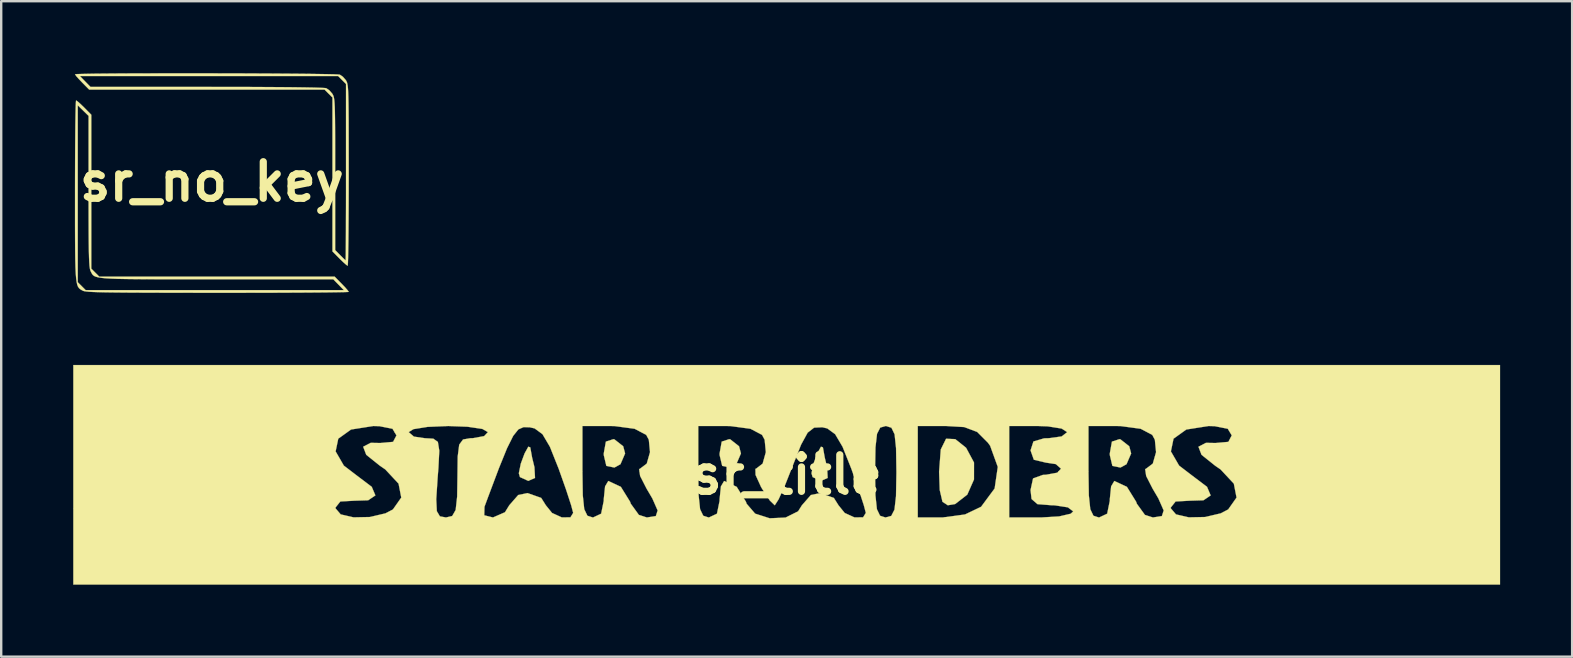
<source format=kicad_pcb>
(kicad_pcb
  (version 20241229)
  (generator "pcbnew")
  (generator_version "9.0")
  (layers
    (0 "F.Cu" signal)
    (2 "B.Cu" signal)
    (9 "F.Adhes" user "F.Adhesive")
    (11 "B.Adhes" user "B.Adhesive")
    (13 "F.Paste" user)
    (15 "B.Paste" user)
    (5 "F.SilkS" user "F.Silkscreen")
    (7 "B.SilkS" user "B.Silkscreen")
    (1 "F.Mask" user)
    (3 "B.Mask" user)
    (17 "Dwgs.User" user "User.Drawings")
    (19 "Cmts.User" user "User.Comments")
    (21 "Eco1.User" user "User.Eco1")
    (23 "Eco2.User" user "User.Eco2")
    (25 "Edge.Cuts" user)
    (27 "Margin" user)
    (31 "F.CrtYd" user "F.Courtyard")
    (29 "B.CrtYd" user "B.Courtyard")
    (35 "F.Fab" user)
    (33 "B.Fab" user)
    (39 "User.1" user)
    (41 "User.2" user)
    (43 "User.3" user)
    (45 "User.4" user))
  (footprint "sr_no_key"
    (layer "F.Cu")
    (at 5.777 4.521)
    (property "Reference" "sr_no_key" (at 0 0 0) (layer "F.SilkS") (effects (font (size 1.524 1.524) (thickness 0.3))))
    (attr through_hole)
    (fp_poly (pts (xy -5.598 -3.349) (xy -5.485 -3.25) (xy -5.339 -3.11) (xy -5.318 -3.089) (xy -5.024 -2.79) (xy -5.024 3.621) (xy -4.694 3.951) (xy 5.112 3.951) (xy 5.406 4.249) (xy 5.549 4.398) (xy 5.653 4.518) (xy 5.7 4.584) (xy 5.701 4.588) (xy 5.646 4.594) (xy 5.485 4.599) (xy 5.227 4.604) (xy 4.88 4.609) (xy 4.45 4.613) (xy 3.945 4.617) (xy 3.374 4.62) (xy 2.744 4.623) (xy 2.062 4.625) (xy 1.337 4.626) (xy 0.575 4.626) (xy 0.24 4.626) (xy -0.681 4.626) (xy -1.496 4.625) (xy -2.21 4.623) (xy -2.832 4.621) (xy -3.367 4.619) (xy -3.821 4.615) (xy -4.203 4.611) (xy -4.517 4.606) (xy -4.77 4.599) (xy -4.97 4.592) (xy -5.122 4.583) (xy -5.233 4.572) (xy -5.31 4.561) (xy -5.359 4.547) (xy -5.376 4.54) (xy -5.438 4.506) (xy -5.492 4.473) (xy -5.538 4.43) (xy -5.577 4.372) (xy -5.609 4.29) (xy -5.632 4.186) (xy -5.588 4.186) (xy -5.258 4.516) (xy 5.498 4.516) (xy 5.278 4.29) (xy 5.057 4.064) (xy 0.212 4.064) (xy -0.662 4.064) (xy -1.429 4.064) (xy -2.098 4.063) (xy -2.674 4.062) (xy -3.167 4.058) (xy -3.581 4.053) (xy -3.926 4.046) (xy -4.206 4.035) (xy -4.431 4.022) (xy -4.606 4.004) (xy -4.739 3.982) (xy -4.837 3.956) (xy -4.906 3.925) (xy -4.955 3.888) (xy -4.989 3.844) (xy -5.017 3.795) (xy -5.045 3.738) (xy -5.051 3.727) (xy -5.07 3.678) (xy -5.085 3.604) (xy -5.099 3.496) (xy -5.109 3.345) (xy -5.118 3.142) (xy -5.125 2.878) (xy -5.13 2.545) (xy -5.133 2.134) (xy -5.135 1.635) (xy -5.136 1.04) (xy -5.136 0.409) (xy -5.136 -2.743) (xy -5.588 -3.184) (xy -5.588 4.186) (xy -5.632 4.186) (xy -5.635 4.174) (xy -5.655 4.019) (xy -5.671 3.815) (xy -5.683 3.554) (xy -5.691 3.229) (xy -5.696 2.831) (xy -5.699 2.352) (xy -5.701 1.784) (xy -5.701 1.119) (xy -5.701 0.37) (xy -5.7 -0.27) (xy -5.698 -0.876) (xy -5.695 -1.437) (xy -5.691 -1.946) (xy -5.687 -2.393) (xy -5.681 -2.769) (xy -5.675 -3.063) (xy -5.668 -3.268) (xy -5.66 -3.374) (xy -5.657 -3.387) (xy -5.598 -3.349)) (stroke (width 0.01) (type solid)) (fill yes) (layer "F.SilkS"))
    (fp_poly (pts (xy -0.258 -4.516) (xy 0.424 -4.514) (xy 1.098 -4.513) (xy 1.754 -4.51) (xy 2.384 -4.507) (xy 2.977 -4.503) (xy 3.525 -4.499) (xy 4.017 -4.494) (xy 4.445 -4.488) (xy 4.8 -4.482) (xy 5.072 -4.476) (xy 5.252 -4.468) (xy 5.33 -4.461) (xy 5.33 -4.461) (xy 5.457 -4.375) (xy 5.575 -4.24) (xy 5.588 -4.221) (xy 5.61 -4.181) (xy 5.629 -4.136) (xy 5.645 -4.076) (xy 5.659 -3.993) (xy 5.67 -3.879) (xy 5.679 -3.726) (xy 5.686 -3.524) (xy 5.691 -3.266) (xy 5.695 -2.944) (xy 5.698 -2.548) (xy 5.699 -2.072) (xy 5.7 -1.505) (xy 5.701 -0.84) (xy 5.701 -0.268) (xy 5.7 0.373) (xy 5.698 0.979) (xy 5.695 1.542) (xy 5.691 2.052) (xy 5.687 2.5) (xy 5.681 2.877) (xy 5.675 3.173) (xy 5.668 3.379) (xy 5.66 3.486) (xy 5.657 3.5) (xy 5.598 3.462) (xy 5.485 3.363) (xy 5.339 3.223) (xy 5.318 3.201) (xy 5.024 2.903) (xy 5.024 -3.508) (xy 4.859 -3.673) (xy 4.694 -3.838) (xy -5.112 -3.838) (xy -5.406 -4.136) (xy -5.549 -4.286) (xy -5.651 -4.403) (xy -5.498 -4.403) (xy -5.278 -4.177) (xy -5.057 -3.951) (xy -0.218 -3.951) (xy 0.669 -3.95) (xy 1.482 -3.949) (xy 2.215 -3.945) (xy 2.865 -3.941) (xy 3.427 -3.936) (xy 3.897 -3.929) (xy 4.271 -3.922) (xy 4.544 -3.913) (xy 4.711 -3.904) (xy 4.766 -3.896) (xy 4.892 -3.811) (xy 5.011 -3.675) (xy 5.023 -3.656) (xy 5.047 -3.613) (xy 5.068 -3.564) (xy 5.085 -3.498) (xy 5.099 -3.408) (xy 5.11 -3.284) (xy 5.119 -3.116) (xy 5.125 -2.895) (xy 5.13 -2.613) (xy 5.133 -2.26) (xy 5.135 -1.826) (xy 5.136 -1.302) (xy 5.136 -0.68) (xy 5.136 -0.313) (xy 5.136 2.846) (xy 5.345 3.06) (xy 5.465 3.179) (xy 5.548 3.257) (xy 5.571 3.274) (xy 5.574 3.219) (xy 5.577 3.06) (xy 5.579 2.808) (xy 5.582 2.471) (xy 5.584 2.058) (xy 5.585 1.579) (xy 5.587 1.044) (xy 5.588 0.461) (xy 5.588 -0.16) (xy 5.588 -0.399) (xy 5.588 -4.073) (xy 5.423 -4.238) (xy 5.258 -4.403) (xy -5.498 -4.403) (xy -5.651 -4.403) (xy -5.653 -4.405) (xy -5.7 -4.471) (xy -5.701 -4.475) (xy -5.646 -4.483) (xy -5.488 -4.489) (xy -5.235 -4.495) (xy -4.897 -4.501) (xy -4.484 -4.505) (xy -4.005 -4.509) (xy -3.468 -4.512) (xy -2.884 -4.514) (xy -2.262 -4.515) (xy -1.61 -4.516) (xy -0.939 -4.516) (xy -0.258 -4.516)) (stroke (width 0.01) (type solid)) (fill yes) (layer "F.SilkS")))
  (footprint "sr_title"
    (layer "F.Cu")
    (at 29.723 16.73)
    (property "Reference" "sr_title" (at 0 0 0) (layer "F.SilkS") (effects (font (size 1.524 1.524) (thickness 0.3))))
    (attr through_hole)
    (fp_poly (pts (xy -10.682 -1.143) (xy -10.604 -0.711) (xy -10.508 -0.318) (xy -10.484 0.132) (xy -10.765 0.254) (xy -11.112 0.095) (xy -11.158 -0.064) (xy -11.077 -0.462) (xy -10.919 -0.888) (xy -10.763 -1.171) (xy -10.682 -1.143)) (stroke (width 0.01) (type solid)) (fill yes) (layer "F.SilkS"))
    (fp_poly (pts (xy -7.176 -1.476) (xy -6.81 -1.188) (xy -6.731 -0.889) (xy -6.924 -0.44) (xy -7.176 -0.302) (xy -7.512 -0.37) (xy -7.619 -0.82) (xy -7.62 -0.889) (xy -7.532 -1.382) (xy -7.222 -1.483) (xy -7.176 -1.476)) (stroke (width 0.01) (type solid)) (fill yes) (layer "F.SilkS"))
    (fp_poly (pts (xy -2.349 -1.476) (xy -1.984 -1.188) (xy -1.905 -0.889) (xy -2.098 -0.44) (xy -2.349 -0.302) (xy -2.686 -0.37) (xy -2.793 -0.82) (xy -2.794 -0.889) (xy -2.706 -1.382) (xy -2.396 -1.483) (xy -2.349 -1.476)) (stroke (width 0.01) (type solid)) (fill yes) (layer "F.SilkS"))
    (fp_poly (pts (xy 1.51 -1.143) (xy 1.588 -0.711) (xy 1.684 -0.318) (xy 1.708 0.132) (xy 1.427 0.254) (xy 1.08 0.095) (xy 1.034 -0.064) (xy 1.115 -0.462) (xy 1.273 -0.888) (xy 1.429 -1.171) (xy 1.51 -1.143)) (stroke (width 0.01) (type solid)) (fill yes) (layer "F.SilkS"))
    (fp_poly (pts (xy 13.906 -1.476) (xy 14.272 -1.188) (xy 14.351 -0.889) (xy 14.158 -0.44) (xy 13.906 -0.302) (xy 13.57 -0.37) (xy 13.463 -0.82) (xy 13.462 -0.889) (xy 13.55 -1.382) (xy 13.86 -1.483) (xy 13.906 -1.476)) (stroke (width 0.01) (type solid)) (fill yes) (layer "F.SilkS"))
    (fp_poly (pts (xy 7.024 -1.485) (xy 7.475 -1.125) (xy 7.805 -0.511) (xy 7.804 0.195) (xy 7.525 0.826) (xy 7.021 1.217) (xy 6.713 1.27) (xy 6.491 1.125) (xy 6.377 0.635) (xy 6.35 -0.127) (xy 6.42 -1.053) (xy 6.641 -1.502) (xy 7.024 -1.485)) (stroke (width 0.01) (type solid)) (fill yes) (layer "F.SilkS"))
    (fp_poly (pts (xy 29.718 4.572) (xy -29.718 4.572) (xy -29.718 1.396) (xy -18.796 1.396) (xy -18.579 1.65) (xy -18.044 1.773) (xy -17.364 1.759) (xy -16.713 1.606) (xy -16.404 1.444) (xy -16.056 0.949) (xy -16.169 0.369) (xy -16.721 -0.223) (xy -16.947 -0.378) (xy -17.515 -0.833) (xy -17.643 -1.168) (xy -17.331 -1.331) (xy -16.928 -1.324) (xy -16.397 -1.372) (xy -16.256 -1.641) (xy -16.338 -1.778) (xy -15.748 -1.778) (xy -15.53 -1.591) (xy -15.078 -1.524) (xy -14.72 -1.504) (xy -14.531 -1.37) (xy -14.472 -1.005) (xy -14.508 -0.296) (xy -14.541 0.127) (xy -14.599 1.017) (xy -14.575 1.515) (xy -14.447 1.731) (xy -14.195 1.778) (xy -13.935 1.718) (xy -13.917 1.687) (xy -12.599 1.687) (xy -12.236 1.778) (xy -11.736 1.56) (xy -11.557 1.27) (xy -11.184 0.843) (xy -10.795 0.762) (xy -10.226 0.963) (xy -10.033 1.27) (xy -9.774 1.59) (xy -9.366 1.776) (xy -9.008 1.771) (xy -8.894 1.587) (xy -8.978 1.269) (xy -9.192 0.614) (xy -9.492 -0.235) (xy -9.499 -0.254) (xy -9.864 -1.168) (xy -10.174 -1.693) (xy -10.502 -1.933) (xy -10.702 -1.978) (xy -10.96 -1.986) (xy -11.177 -1.891) (xy -11.393 -1.621) (xy -11.65 -1.106) (xy -11.988 -0.274) (xy -12.447 0.946) (xy -12.59 1.333) (xy -12.599 1.687) (xy -13.917 1.687) (xy -13.79 1.465) (xy -13.728 0.908) (xy -13.716 0.127) (xy -13.705 -0.761) (xy -13.642 -1.255) (xy -13.483 -1.471) (xy -13.185 -1.523) (xy -13.081 -1.524) (xy -12.604 -1.611) (xy -12.446 -1.778) (xy -12.679 -1.911) (xy -13.297 -2.002) (xy -14.097 -2.032) (xy -8.509 -2.032) (xy -8.509 -0.127) (xy -8.494 0.856) (xy -8.433 1.433) (xy -8.302 1.706) (xy -8.078 1.778) (xy -8.065 1.778) (xy -7.73 1.621) (xy -7.621 1.088) (xy -7.62 1.016) (xy -7.565 0.482) (xy -7.432 0.258) (xy -7.429 0.258) (xy -6.908 0.501) (xy -6.522 1.124) (xy -6.494 1.206) (xy -6.157 1.671) (xy -5.825 1.778) (xy -5.451 1.72) (xy -5.375 1.486) (xy -5.597 0.983) (xy -5.839 0.572) (xy -6.105 0.05) (xy -6.147 -0.236) (xy -6.109 -0.254) (xy -5.829 -0.465) (xy -5.693 -0.943) (xy -5.743 -1.46) (xy -5.852 -1.663) (xy -6.335 -1.917) (xy -7.168 -2.029) (xy -7.334 -2.032) (xy -3.683 -2.032) (xy -3.683 -0.127) (xy -3.668 0.856) (xy -3.607 1.433) (xy -3.476 1.706) (xy -3.252 1.778) (xy -3.239 1.778) (xy -2.904 1.621) (xy -2.795 1.088) (xy -2.794 1.016) (xy -2.739 0.482) (xy -2.606 0.258) (xy -2.603 0.258) (xy -2.082 0.501) (xy -1.696 1.124) (xy -1.668 1.206) (xy -1.314 1.618) (xy -0.708 1.812) (xy -0.046 1.782) (xy 0.476 1.522) (xy 0.635 1.27) (xy 1.008 0.843) (xy 1.397 0.762) (xy 1.966 0.963) (xy 2.159 1.27) (xy 2.418 1.59) (xy 2.826 1.776) (xy 3.184 1.771) (xy 3.298 1.587) (xy 3.214 1.269) (xy 3 0.614) (xy 2.738 -0.127) (xy 3.683 -0.127) (xy 3.698 0.856) (xy 3.759 1.433) (xy 3.89 1.706) (xy 4.114 1.778) (xy 4.128 1.778) (xy 4.357 1.713) (xy 4.491 1.452) (xy 4.555 0.891) (xy 4.572 -0.071) (xy 4.572 -0.127) (xy 4.557 -1.11) (xy 4.496 -1.687) (xy 4.365 -1.96) (xy 4.141 -2.032) (xy 4.128 -2.032) (xy 5.461 -2.032) (xy 5.461 1.778) (xy 6.512 1.778) (xy 7.431 1.652) (xy 8.099 1.333) (xy 8.664 0.57) (xy 8.795 -0.329) (xy 8.476 -1.21) (xy 8.383 -1.338) (xy 7.937 -1.785) (xy 7.397 -1.988) (xy 6.649 -2.032) (xy 9.271 -2.032) (xy 9.271 1.778) (xy 10.604 1.778) (xy 11.35 1.734) (xy 11.834 1.622) (xy 11.938 1.524) (xy 11.715 1.356) (xy 11.166 1.272) (xy 11.049 1.27) (xy 10.448 1.223) (xy 10.202 1.009) (xy 10.16 0.635) (xy 10.265 0.152) (xy 10.678 0.003) (xy 10.795 0) (xy 11.272 -0.087) (xy 11.43 -0.254) (xy 11.213 -0.445) (xy 10.795 -0.508) (xy 10.297 -0.627) (xy 10.16 -1.016) (xy 10.28 -1.388) (xy 10.725 -1.519) (xy 10.922 -1.524) (xy 11.457 -1.598) (xy 11.684 -1.775) (xy 11.684 -1.778) (xy 11.456 -1.926) (xy 10.877 -2.018) (xy 10.477 -2.032) (xy 12.573 -2.032) (xy 12.573 -0.127) (xy 12.588 0.856) (xy 12.649 1.433) (xy 12.78 1.706) (xy 13.004 1.778) (xy 13.018 1.778) (xy 13.352 1.621) (xy 13.461 1.088) (xy 13.462 1.016) (xy 13.517 0.482) (xy 13.65 0.258) (xy 13.652 0.258) (xy 14.174 0.501) (xy 14.56 1.124) (xy 14.588 1.206) (xy 14.925 1.671) (xy 15.257 1.778) (xy 15.631 1.72) (xy 15.707 1.486) (xy 15.668 1.396) (xy 16.002 1.396) (xy 16.219 1.65) (xy 16.754 1.773) (xy 17.434 1.759) (xy 18.085 1.606) (xy 18.394 1.444) (xy 18.742 0.949) (xy 18.629 0.369) (xy 18.077 -0.223) (xy 17.851 -0.378) (xy 17.283 -0.833) (xy 17.155 -1.168) (xy 17.467 -1.331) (xy 17.87 -1.324) (xy 18.401 -1.372) (xy 18.542 -1.641) (xy 18.377 -1.917) (xy 17.826 -2.026) (xy 17.577 -2.032) (xy 16.649 -1.886) (xy 16.117 -1.504) (xy 16.007 -0.974) (xy 16.349 -0.383) (xy 16.902 0.04) (xy 17.512 0.501) (xy 17.664 0.859) (xy 17.363 1.062) (xy 16.8 1.079) (xy 16.203 1.112) (xy 16.003 1.364) (xy 16.002 1.396) (xy 15.668 1.396) (xy 15.485 0.983) (xy 15.243 0.572) (xy 14.977 0.05) (xy 14.935 -0.236) (xy 14.973 -0.254) (xy 15.253 -0.465) (xy 15.389 -0.943) (xy 15.339 -1.46) (xy 15.23 -1.663) (xy 14.747 -1.917) (xy 13.914 -2.029) (xy 13.748 -2.032) (xy 12.573 -2.032) (xy 10.477 -2.032) (xy 9.271 -2.032) (xy 6.649 -2.032) (xy 5.461 -2.032) (xy 4.128 -2.032) (xy 3.898 -1.967) (xy 3.764 -1.706) (xy 3.7 -1.145) (xy 3.683 -0.183) (xy 3.683 -0.127) (xy 2.738 -0.127) (xy 2.7 -0.235) (xy 2.693 -0.254) (xy 2.329 -1.167) (xy 2.019 -1.692) (xy 1.692 -1.932) (xy 1.486 -1.98) (xy 1.144 -1.965) (xy 0.874 -1.755) (xy 0.6 -1.254) (xy 0.258 -0.392) (xy -0.067 0.43) (xy -0.336 1.023) (xy -0.494 1.268) (xy -0.499 1.268) (xy -0.703 1.07) (xy -1.021 0.586) (xy -1.068 0.506) (xy -1.296 0.006) (xy -1.302 -0.247) (xy -1.275 -0.254) (xy -1.001 -0.465) (xy -0.868 -0.943) (xy -0.917 -1.459) (xy -1.026 -1.663) (xy -1.509 -1.917) (xy -2.342 -2.029) (xy -2.508 -2.032) (xy -3.683 -2.032) (xy -7.334 -2.032) (xy -8.509 -2.032) (xy -14.097 -2.032) (xy -14.96 -1.996) (xy -15.55 -1.901) (xy -15.748 -1.778) (xy -16.338 -1.778) (xy -16.421 -1.917) (xy -16.972 -2.026) (xy -17.221 -2.032) (xy -18.149 -1.886) (xy -18.681 -1.504) (xy -18.791 -0.974) (xy -18.449 -0.383) (xy -17.896 0.04) (xy -17.286 0.501) (xy -17.134 0.859) (xy -17.435 1.062) (xy -17.998 1.079) (xy -18.595 1.112) (xy -18.795 1.364) (xy -18.796 1.396) (xy -29.718 1.396) (xy -29.718 -4.572) (xy 29.718 -4.572) (xy 29.718 4.572)) (stroke (width 0.01) (type solid)) (fill yes) (layer "F.SilkS")))
  (gr_rect
    (start -3 -3)
    (end 62.446 24.307)
    (stroke (width 0.1) (type default))
    (fill no)
    (layer "Edge.Cuts")))
</source>
